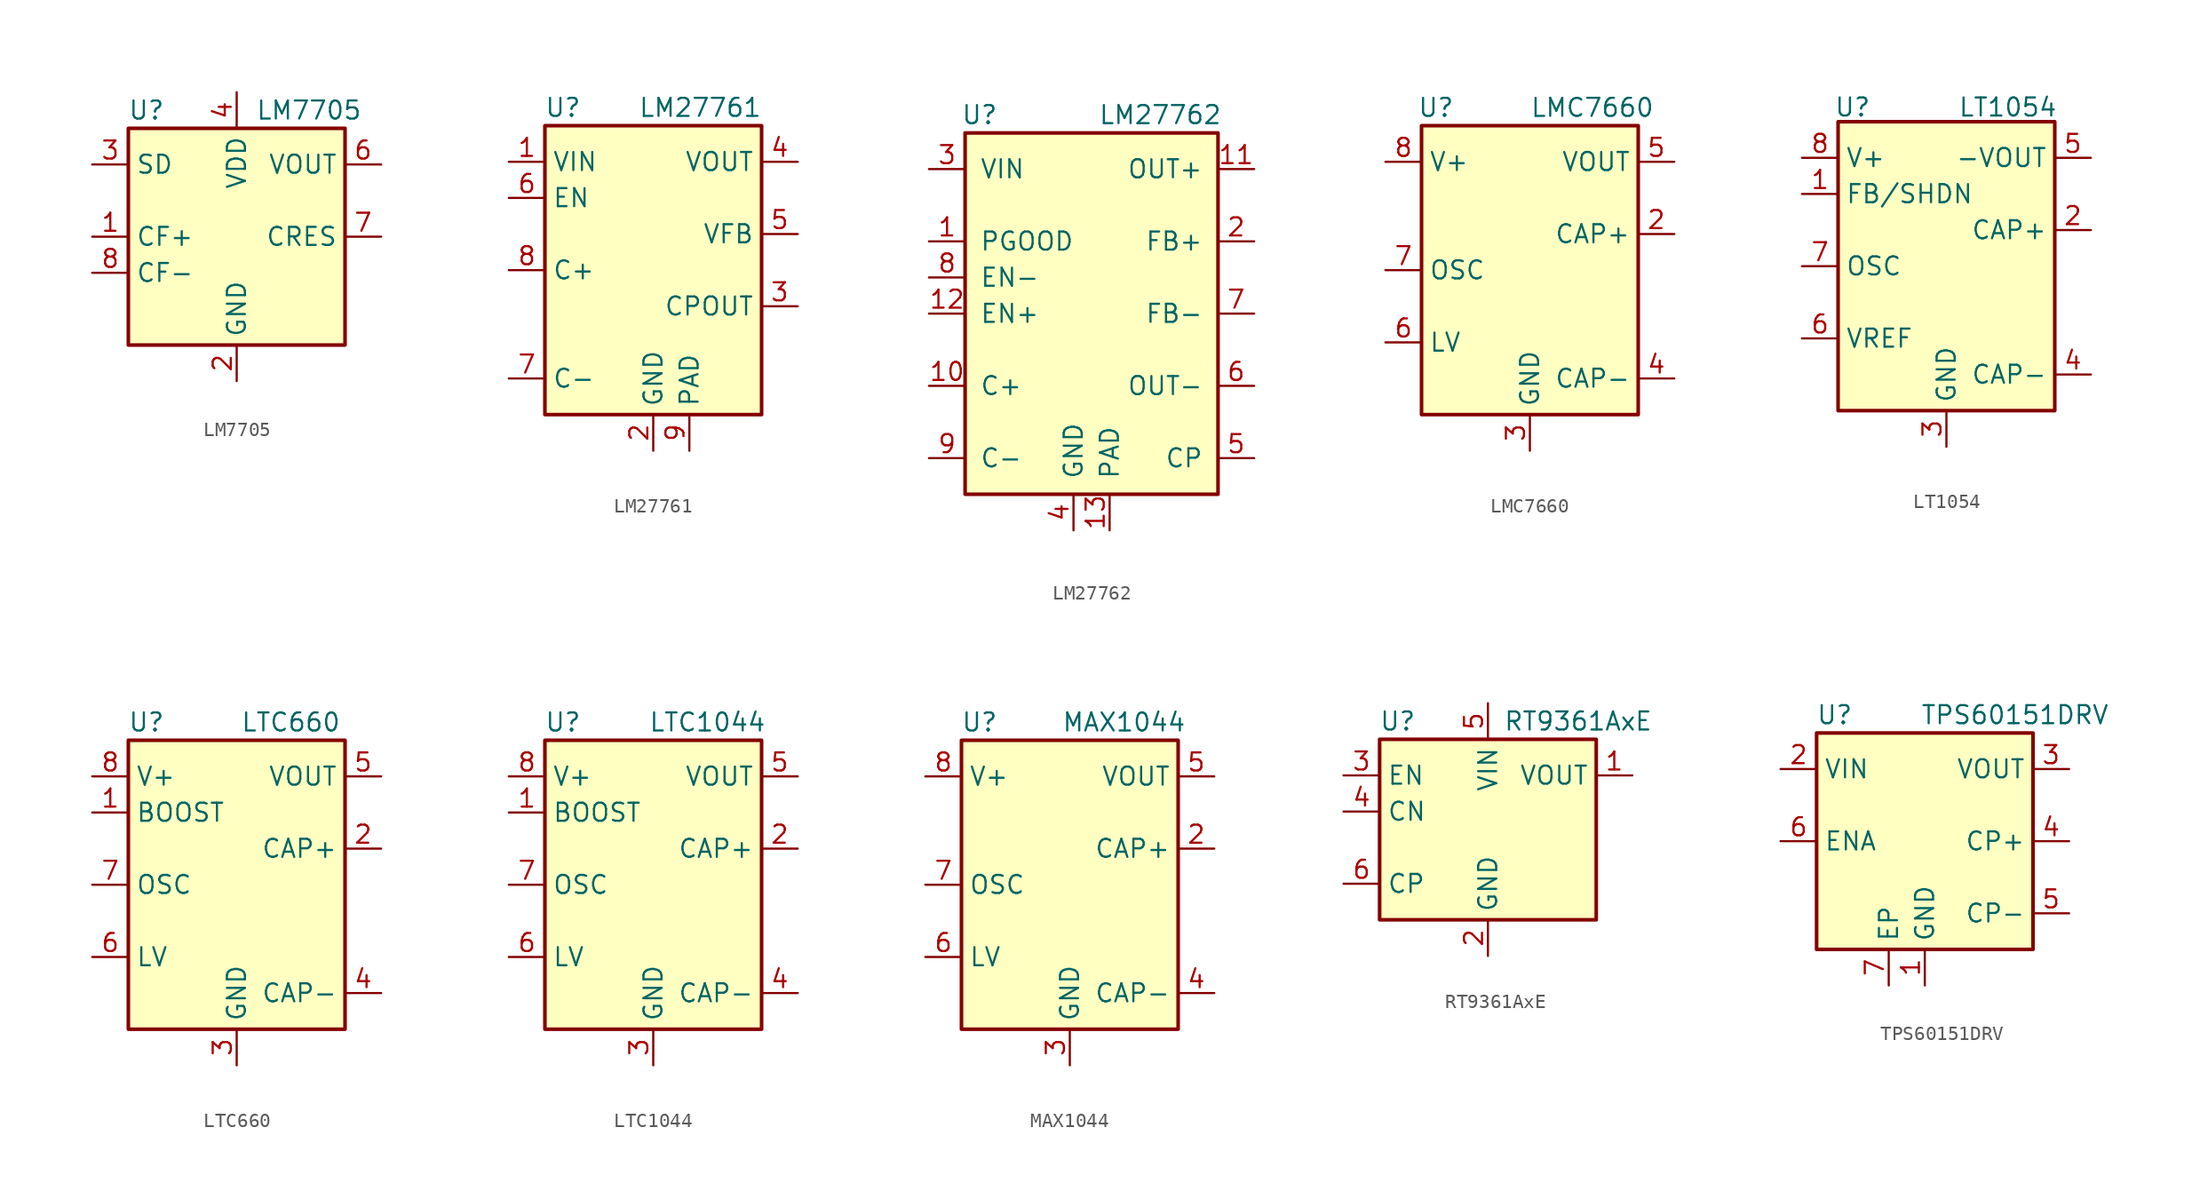
<source format=kicad_sym>
(kicad_symbol_lib
  (version 20211014)
  (generator kicad_symbol_editor)
  (symbol "LM7705"
    (property "Reference" "U"
      (at -6.35 8.89 0)
      (effects (font (size 1.27 1.27))))
    (property "Value" "LM7705"
      (at 5.08 8.89 0)
      (effects (font (size 1.27 1.27))))
    (symbol "LM7705_0_1"
      (rectangle (start -7.62 7.62) (end 7.62 -7.62) (stroke (width 0.254) (type default) (color 0 0 0 0)) (fill (type background))))
    (symbol "LM7705_1_1"
      (pin passive line (at -10.16 0 0) (length 2.54) (name "CF+" (effects (font (size 1.27 1.27)))) (number "1" (effects (font (size 1.27 1.27)))))
      (pin power_in line (at 0 -10.16 90) (length 2.54) (name "GND" (effects (font (size 1.27 1.27)))) (number "2" (effects (font (size 1.27 1.27)))))
      (pin input line (at -10.16 5.08 0) (length 2.54) (name "SD" (effects (font (size 1.27 1.27)))) (number "3" (effects (font (size 1.27 1.27)))))
      (pin power_in line (at 0 10.16 270) (length 2.54) (name "VDD" (effects (font (size 1.27 1.27)))) (number "4" (effects (font (size 1.27 1.27)))))
      (pin passive line (at 0 -10.16 90) (length 2.54) hide (name "GND" (effects (font (size 1.27 1.27)))) (number "5" (effects (font (size 1.27 1.27)))))
      (pin power_out line (at 10.16 5.08 180) (length 2.54) (name "VOUT" (effects (font (size 1.27 1.27)))) (number "6" (effects (font (size 1.27 1.27)))))
      (pin passive line (at 10.16 0 180) (length 2.54) (name "CRES" (effects (font (size 1.27 1.27)))) (number "7" (effects (font (size 1.27 1.27)))))
      (pin passive line (at -10.16 -2.54 0) (length 2.54) (name "CF-" (effects (font (size 1.27 1.27)))) (number "8" (effects (font (size 1.27 1.27)))))))
  (symbol "LM27761"
    (property "Reference" "U"
      (at -6.35 11.43 0)
      (effects (font (size 1.27 1.27))))
    (property "Value" "LM27761"
      (at 3.302 11.43 0)
      (effects (font (size 1.27 1.27))))
    (symbol "LM27761_0_1"
      (rectangle (start -7.62 10.16) (end 7.62 -10.16) (stroke (width 0.254) (type default) (color 0 0 0 0)) (fill (type background))))
    (symbol "LM27761_1_1"
      (pin power_in line (at -10.16 7.62 0) (length 2.54) (name "VIN" (effects (font (size 1.27 1.27)))) (number "1" (effects (font (size 1.27 1.27)))))
      (pin power_in line (at 0 -12.7 90) (length 2.54) (name "GND" (effects (font (size 1.27 1.27)))) (number "2" (effects (font (size 1.27 1.27)))))
      (pin power_out line (at 10.16 -2.54 180) (length 2.54) (name "CPOUT" (effects (font (size 1.27 1.27)))) (number "3" (effects (font (size 1.27 1.27)))))
      (pin power_out line (at 10.16 7.62 180) (length 2.54) (name "VOUT" (effects (font (size 1.27 1.27)))) (number "4" (effects (font (size 1.27 1.27)))))
      (pin input line (at 10.16 2.54 180) (length 2.54) (name "VFB" (effects (font (size 1.27 1.27)))) (number "5" (effects (font (size 1.27 1.27)))))
      (pin input line (at -10.16 5.08 0) (length 2.54) (name "EN" (effects (font (size 1.27 1.27)))) (number "6" (effects (font (size 1.27 1.27)))))
      (pin passive line (at -10.16 -7.62 0) (length 2.54) (name "C-" (effects (font (size 1.27 1.27)))) (number "7" (effects (font (size 1.27 1.27)))))
      (pin passive line (at -10.16 0 0) (length 2.54) (name "C+" (effects (font (size 1.27 1.27)))) (number "8" (effects (font (size 1.27 1.27)))))
      (pin power_in line (at 2.54 -12.7 90) (length 2.54) (name "PAD" (effects (font (size 1.27 1.27)))) (number "9" (effects (font (size 1.27 1.27)))))))
  (symbol "LM27762"
    (pin_names
      (offset 1.016))
    (property "Reference" "U"
      (at -6.604 8.89 0)
      (effects (font (size 1.27 1.27))))
    (property "Value" "LM27762"
      (at 6.096 8.89 0)
      (effects (font (size 1.27 1.27))))
    (symbol "LM27762_0_1"
      (rectangle (start -7.62 7.62) (end 10.16 -17.78) (stroke (width 0.254) (type default) (color 0 0 0 0)) (fill (type background))))
    (symbol "LM27762_1_1"
      (pin open_collector line (at -10.16 0 0) (length 2.54) (name "PGOOD" (effects (font (size 1.27 1.27)))) (number "1" (effects (font (size 1.27 1.27)))))
      (pin passive line (at -10.16 -10.16 0) (length 2.54) (name "C+" (effects (font (size 1.27 1.27)))) (number "10" (effects (font (size 1.27 1.27)))))
      (pin power_out line (at 12.7 5.08 180) (length 2.54) (name "OUT+" (effects (font (size 1.27 1.27)))) (number "11" (effects (font (size 1.27 1.27)))))
      (pin input line (at -10.16 -5.08 0) (length 2.54) (name "EN+" (effects (font (size 1.27 1.27)))) (number "12" (effects (font (size 1.27 1.27)))))
      (pin power_in line (at 2.54 -20.32 90) (length 2.54) (name "PAD" (effects (font (size 1.27 1.27)))) (number "13" (effects (font (size 1.27 1.27)))))
      (pin input line (at 12.7 0 180) (length 2.54) (name "FB+" (effects (font (size 1.27 1.27)))) (number "2" (effects (font (size 1.27 1.27)))))
      (pin power_in line (at -10.16 5.08 0) (length 2.54) (name "VIN" (effects (font (size 1.27 1.27)))) (number "3" (effects (font (size 1.27 1.27)))))
      (pin power_in line (at 0 -20.32 90) (length 2.54) (name "GND" (effects (font (size 1.27 1.27)))) (number "4" (effects (font (size 1.27 1.27)))))
      (pin passive line (at 12.7 -15.24 180) (length 2.54) (name "CP" (effects (font (size 1.27 1.27)))) (number "5" (effects (font (size 1.27 1.27)))))
      (pin power_out line (at 12.7 -10.16 180) (length 2.54) (name "OUT-" (effects (font (size 1.27 1.27)))) (number "6" (effects (font (size 1.27 1.27)))))
      (pin input line (at 12.7 -5.08 180) (length 2.54) (name "FB-" (effects (font (size 1.27 1.27)))) (number "7" (effects (font (size 1.27 1.27)))))
      (pin input line (at -10.16 -2.54 0) (length 2.54) (name "EN-" (effects (font (size 1.27 1.27)))) (number "8" (effects (font (size 1.27 1.27)))))
      (pin passive line (at -10.16 -15.24 0) (length 2.54) (name "C-" (effects (font (size 1.27 1.27)))) (number "9" (effects (font (size 1.27 1.27)))))))
  (symbol "LMC7660"
    (property "Reference" "U"
      (at -6.604 11.43 0)
      (effects (font (size 1.27 1.27))))
    (property "Value" "LMC7660"
      (at 0 11.43 0)
      (effects (font (size 1.27 1.27)) (justify left)))
    (symbol "LMC7660_0_1"
      (rectangle (start -7.62 10.16) (end 7.62 -10.16) (stroke (width 0.254) (type default) (color 0 0 0 0)) (fill (type background))))
    (symbol "LMC7660_1_1"
      (pin no_connect line (at -7.62 5.08 0) (length 2.54) hide (name "NC" (effects (font (size 1.27 1.27)))) (number "1" (effects (font (size 1.27 1.27)))))
      (pin input line (at 10.16 2.54 180) (length 2.54) (name "CAP+" (effects (font (size 1.27 1.27)))) (number "2" (effects (font (size 1.27 1.27)))))
      (pin power_in line (at 0 -12.7 90) (length 2.54) (name "GND" (effects (font (size 1.27 1.27)))) (number "3" (effects (font (size 1.27 1.27)))))
      (pin input line (at 10.16 -7.62 180) (length 2.54) (name "CAP-" (effects (font (size 1.27 1.27)))) (number "4" (effects (font (size 1.27 1.27)))))
      (pin power_out line (at 10.16 7.62 180) (length 2.54) (name "VOUT" (effects (font (size 1.27 1.27)))) (number "5" (effects (font (size 1.27 1.27)))))
      (pin input line (at -10.16 -5.08 0) (length 2.54) (name "LV" (effects (font (size 1.27 1.27)))) (number "6" (effects (font (size 1.27 1.27)))))
      (pin input line (at -10.16 0 0) (length 2.54) (name "OSC" (effects (font (size 1.27 1.27)))) (number "7" (effects (font (size 1.27 1.27)))))
      (pin power_in line (at -10.16 7.62 0) (length 2.54) (name "V+" (effects (font (size 1.27 1.27)))) (number "8" (effects (font (size 1.27 1.27)))))))
  (symbol "LT1054"
    (property "Reference" "U"
      (at -6.604 11.176 0)
      (effects (font (size 1.27 1.27))))
    (property "Value" "LT1054"
      (at 4.318 11.176 0)
      (effects (font (size 1.27 1.27))))
    (symbol "LT1054_0_1"
      (rectangle (start -7.62 10.16) (end 7.62 -10.16) (stroke (width 0.254) (type default) (color 0 0 0 0)) (fill (type background))))
    (symbol "LT1054_1_1"
      (pin input line (at -10.16 5.08 0) (length 2.54) (name "FB/SHDN" (effects (font (size 1.27 1.27)))) (number "1" (effects (font (size 1.27 1.27)))))
      (pin input line (at 10.16 2.54 180) (length 2.54) (name "CAP+" (effects (font (size 1.27 1.27)))) (number "2" (effects (font (size 1.27 1.27)))))
      (pin power_in line (at 0 -12.7 90) (length 2.54) (name "GND" (effects (font (size 1.27 1.27)))) (number "3" (effects (font (size 1.27 1.27)))))
      (pin input line (at 10.16 -7.62 180) (length 2.54) (name "CAP-" (effects (font (size 1.27 1.27)))) (number "4" (effects (font (size 1.27 1.27)))))
      (pin power_out line (at 10.16 7.62 180) (length 2.54) (name "-VOUT" (effects (font (size 1.27 1.27)))) (number "5" (effects (font (size 1.27 1.27)))))
      (pin output line (at -10.16 -5.08 0) (length 2.54) (name "VREF" (effects (font (size 1.27 1.27)))) (number "6" (effects (font (size 1.27 1.27)))))
      (pin input line (at -10.16 0 0) (length 2.54) (name "OSC" (effects (font (size 1.27 1.27)))) (number "7" (effects (font (size 1.27 1.27)))))
      (pin power_in line (at -10.16 7.62 0) (length 2.54) (name "V+" (effects (font (size 1.27 1.27)))) (number "8" (effects (font (size 1.27 1.27)))))))
  (symbol "LTC660"
    (property "Reference" "U"
      (at -6.35 11.43 0)
      (effects (font (size 1.27 1.27))))
    (property "Value" "LTC660"
      (at 3.81 11.43 0)
      (effects (font (size 1.27 1.27))))
    (symbol "LTC660_0_1"
      (rectangle (start -7.62 10.16) (end 7.62 -10.16) (stroke (width 0.254) (type default) (color 0 0 0 0)) (fill (type background))))
    (symbol "LTC660_1_1"
      (pin input line (at -10.16 5.08 0) (length 2.54) (name "BOOST" (effects (font (size 1.27 1.27)))) (number "1" (effects (font (size 1.27 1.27)))))
      (pin input line (at 10.16 2.54 180) (length 2.54) (name "CAP+" (effects (font (size 1.27 1.27)))) (number "2" (effects (font (size 1.27 1.27)))))
      (pin power_in line (at 0 -12.7 90) (length 2.54) (name "GND" (effects (font (size 1.27 1.27)))) (number "3" (effects (font (size 1.27 1.27)))))
      (pin input line (at 10.16 -7.62 180) (length 2.54) (name "CAP-" (effects (font (size 1.27 1.27)))) (number "4" (effects (font (size 1.27 1.27)))))
      (pin power_out line (at 10.16 7.62 180) (length 2.54) (name "VOUT" (effects (font (size 1.27 1.27)))) (number "5" (effects (font (size 1.27 1.27)))))
      (pin input line (at -10.16 -5.08 0) (length 2.54) (name "LV" (effects (font (size 1.27 1.27)))) (number "6" (effects (font (size 1.27 1.27)))))
      (pin input line (at -10.16 0 0) (length 2.54) (name "OSC" (effects (font (size 1.27 1.27)))) (number "7" (effects (font (size 1.27 1.27)))))
      (pin power_in line (at -10.16 7.62 0) (length 2.54) (name "V+" (effects (font (size 1.27 1.27)))) (number "8" (effects (font (size 1.27 1.27)))))))
  (symbol "LTC1044"
    (property "Reference" "U"
      (at -6.35 11.43 0)
      (effects (font (size 1.27 1.27))))
    (property "Value" "LTC1044"
      (at 3.81 11.43 0)
      (effects (font (size 1.27 1.27))))
    (symbol "LTC1044_0_1"
      (rectangle (start -7.62 10.16) (end 7.62 -10.16) (stroke (width 0.254) (type default) (color 0 0 0 0)) (fill (type background))))
    (symbol "LTC1044_1_1"
      (pin input line (at -10.16 5.08 0) (length 2.54) (name "BOOST" (effects (font (size 1.27 1.27)))) (number "1" (effects (font (size 1.27 1.27)))))
      (pin input line (at 10.16 2.54 180) (length 2.54) (name "CAP+" (effects (font (size 1.27 1.27)))) (number "2" (effects (font (size 1.27 1.27)))))
      (pin power_in line (at 0 -12.7 90) (length 2.54) (name "GND" (effects (font (size 1.27 1.27)))) (number "3" (effects (font (size 1.27 1.27)))))
      (pin input line (at 10.16 -7.62 180) (length 2.54) (name "CAP-" (effects (font (size 1.27 1.27)))) (number "4" (effects (font (size 1.27 1.27)))))
      (pin power_out line (at 10.16 7.62 180) (length 2.54) (name "VOUT" (effects (font (size 1.27 1.27)))) (number "5" (effects (font (size 1.27 1.27)))))
      (pin input line (at -10.16 -5.08 0) (length 2.54) (name "LV" (effects (font (size 1.27 1.27)))) (number "6" (effects (font (size 1.27 1.27)))))
      (pin input line (at -10.16 0 0) (length 2.54) (name "OSC" (effects (font (size 1.27 1.27)))) (number "7" (effects (font (size 1.27 1.27)))))
      (pin power_in line (at -10.16 7.62 0) (length 2.54) (name "V+" (effects (font (size 1.27 1.27)))) (number "8" (effects (font (size 1.27 1.27)))))))
  (symbol "MAX1044"
    (property "Reference" "U"
      (at -6.35 11.43 0)
      (effects (font (size 1.27 1.27))))
    (property "Value" "MAX1044"
      (at 3.81 11.43 0)
      (effects (font (size 1.27 1.27))))
    (symbol "MAX1044_0_1"
      (rectangle (start -7.62 10.16) (end 7.62 -10.16) (stroke (width 0.254) (type default) (color 0 0 0 0)) (fill (type background))))
    (symbol "MAX1044_1_1"
      (pin no_connect line (at -7.62 5.08 0) (length 2.54) hide (name "NC" (effects (font (size 1.27 1.27)))) (number "1" (effects (font (size 1.27 1.27)))))
      (pin input line (at 10.16 2.54 180) (length 2.54) (name "CAP+" (effects (font (size 1.27 1.27)))) (number "2" (effects (font (size 1.27 1.27)))))
      (pin power_in line (at 0 -12.7 90) (length 2.54) (name "GND" (effects (font (size 1.27 1.27)))) (number "3" (effects (font (size 1.27 1.27)))))
      (pin input line (at 10.16 -7.62 180) (length 2.54) (name "CAP-" (effects (font (size 1.27 1.27)))) (number "4" (effects (font (size 1.27 1.27)))))
      (pin power_out line (at 10.16 7.62 180) (length 2.54) (name "VOUT" (effects (font (size 1.27 1.27)))) (number "5" (effects (font (size 1.27 1.27)))))
      (pin input line (at -10.16 -5.08 0) (length 2.54) (name "LV" (effects (font (size 1.27 1.27)))) (number "6" (effects (font (size 1.27 1.27)))))
      (pin input line (at -10.16 0 0) (length 2.54) (name "OSC" (effects (font (size 1.27 1.27)))) (number "7" (effects (font (size 1.27 1.27)))))
      (pin power_in line (at -10.16 7.62 0) (length 2.54) (name "V+" (effects (font (size 1.27 1.27)))) (number "8" (effects (font (size 1.27 1.27)))))))
  (symbol "RT9361AxE"
    (property "Reference" "U"
      (at -6.35 6.35 0)
      (effects (font (size 1.27 1.27))))
    (property "Value" "RT9361AxE"
      (at 6.35 6.35 0)
      (effects (font (size 1.27 1.27))))
    (symbol "RT9361AxE_1_1"
      (rectangle (start -7.62 5.08) (end 7.62 -7.62) (stroke (width 0.254) (type default) (color 0 0 0 0)) (fill (type background)))
      (pin power_out line (at 10.16 2.54 180) (length 2.54) (name "VOUT" (effects (font (size 1.27 1.27)))) (number "1" (effects (font (size 1.27 1.27)))))
      (pin power_in line (at 0 -10.16 90) (length 2.54) (name "GND" (effects (font (size 1.27 1.27)))) (number "2" (effects (font (size 1.27 1.27)))))
      (pin input line (at -10.16 2.54 0) (length 2.54) (name "EN" (effects (font (size 1.27 1.27)))) (number "3" (effects (font (size 1.27 1.27)))))
      (pin passive line (at -10.16 0 0) (length 2.54) (name "CN" (effects (font (size 1.27 1.27)))) (number "4" (effects (font (size 1.27 1.27)))))
      (pin power_in line (at 0 7.62 270) (length 2.54) (name "VIN" (effects (font (size 1.27 1.27)))) (number "5" (effects (font (size 1.27 1.27)))))
      (pin passive line (at -10.16 -5.08 0) (length 2.54) (name "CP" (effects (font (size 1.27 1.27)))) (number "6" (effects (font (size 1.27 1.27)))))))
  (symbol "TPS60151DRV"
    (property "Reference" "U"
      (at -6.35 8.89 0)
      (effects (font (size 1.27 1.27))))
    (property "Value" "TPS60151DRV"
      (at 6.35 8.89 0)
      (effects (font (size 1.27 1.27))))
    (symbol "TPS60151DRV_0_1"
      (rectangle (start -7.62 7.62) (end 7.62 -7.62) (stroke (width 0.254) (type default) (color 0 0 0 0)) (fill (type background))))
    (symbol "TPS60151DRV_1_1"
      (pin power_in line (at 0 -10.16 90) (length 2.54) (name "GND" (effects (font (size 1.27 1.27)))) (number "1" (effects (font (size 1.27 1.27)))))
      (pin power_in line (at -10.16 5.08 0) (length 2.54) (name "VIN" (effects (font (size 1.27 1.27)))) (number "2" (effects (font (size 1.27 1.27)))))
      (pin power_out line (at 10.16 5.08 180) (length 2.54) (name "VOUT" (effects (font (size 1.27 1.27)))) (number "3" (effects (font (size 1.27 1.27)))))
      (pin passive line (at 10.16 0 180) (length 2.54) (name "CP+" (effects (font (size 1.27 1.27)))) (number "4" (effects (font (size 1.27 1.27)))))
      (pin passive line (at 10.16 -5.08 180) (length 2.54) (name "CP-" (effects (font (size 1.27 1.27)))) (number "5" (effects (font (size 1.27 1.27)))))
      (pin input line (at -10.16 0 0) (length 2.54) (name "ENA" (effects (font (size 1.27 1.27)))) (number "6" (effects (font (size 1.27 1.27)))))
      (pin passive line (at -2.54 -10.16 90) (length 2.54) (name "EP" (effects (font (size 1.27 1.27)))) (number "7" (effects (font (size 1.27 1.27))))))))
</source>
